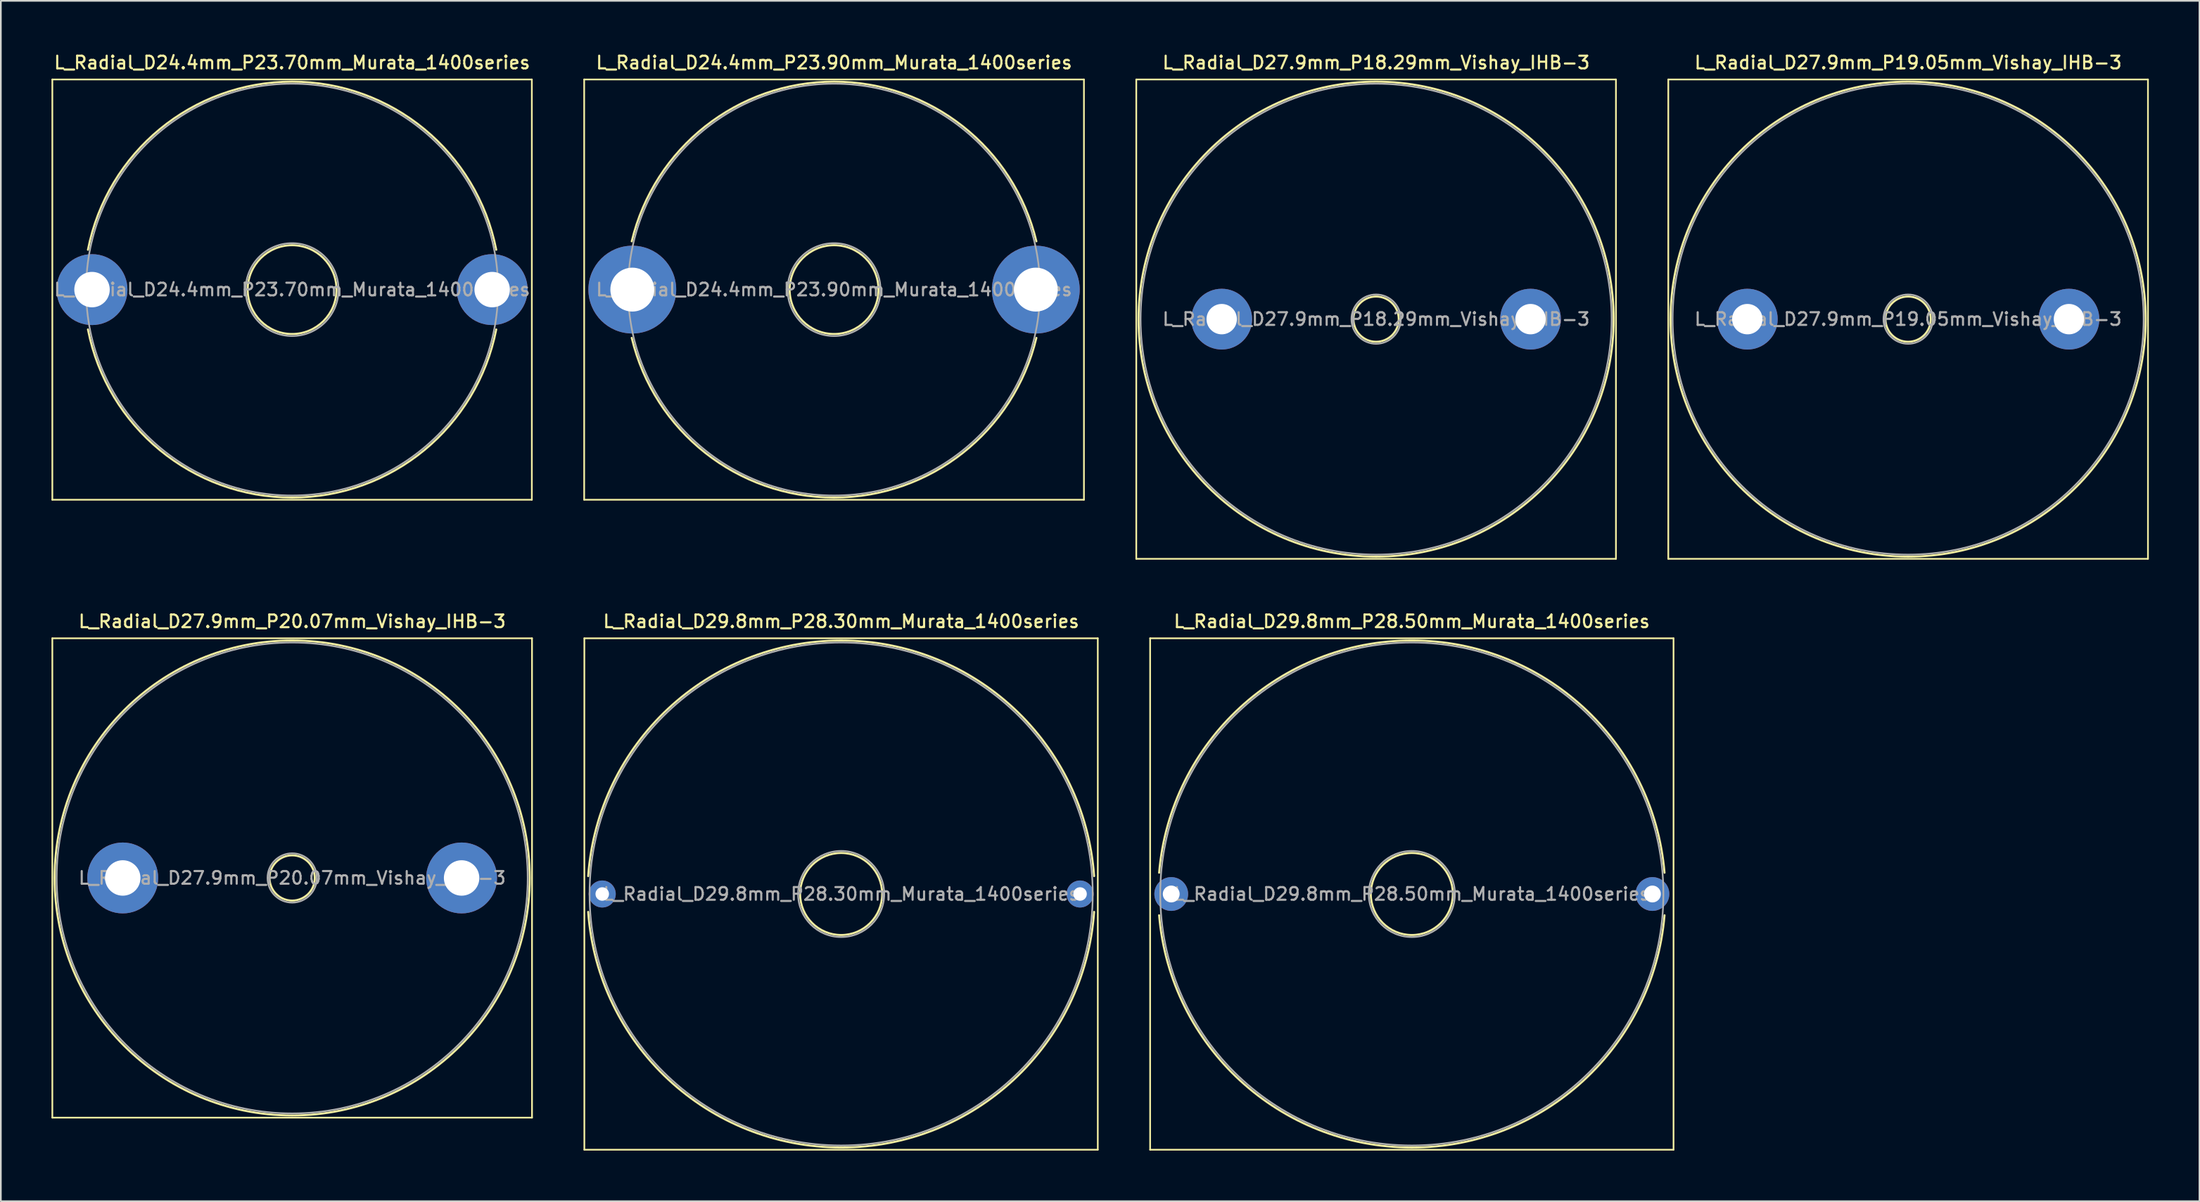
<source format=kicad_pcb>
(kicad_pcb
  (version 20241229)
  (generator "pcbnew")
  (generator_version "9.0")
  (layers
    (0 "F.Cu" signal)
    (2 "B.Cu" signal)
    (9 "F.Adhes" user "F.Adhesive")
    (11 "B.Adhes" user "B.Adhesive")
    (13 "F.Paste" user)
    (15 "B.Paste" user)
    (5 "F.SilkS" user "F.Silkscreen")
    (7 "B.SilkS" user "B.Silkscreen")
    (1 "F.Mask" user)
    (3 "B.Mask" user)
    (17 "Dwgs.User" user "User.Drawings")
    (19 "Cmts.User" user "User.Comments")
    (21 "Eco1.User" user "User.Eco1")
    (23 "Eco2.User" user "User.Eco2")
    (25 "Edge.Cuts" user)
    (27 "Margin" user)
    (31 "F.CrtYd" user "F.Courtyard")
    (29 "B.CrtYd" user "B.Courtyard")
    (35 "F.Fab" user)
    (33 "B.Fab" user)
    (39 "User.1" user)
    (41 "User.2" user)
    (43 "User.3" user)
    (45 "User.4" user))
  (footprint "L_Radial_D24.4mm_P23.70mm_Murata_1400series"
    (layer "F.Cu")
    (at 2.4 14.108)
    (property "Reference" "L_Radial_D24.4mm_P23.70mm_Murata_1400series" (at 11.85 -13.45 0) (layer "F.SilkS") (effects (font (size 0.75 0.75) (thickness 0.125))))
    (attr through_hole)
    (fp_line (start -2.35 -12.45) (end -2.35 12.45) (stroke (width 0.1) (type solid)) (layer "F.SilkS"))
    (fp_line (start -2.35 12.45) (end 26.05 12.45) (stroke (width 0.1) (type solid)) (layer "F.SilkS"))
    (fp_line (start 26.05 -12.45) (end -2.35 -12.45) (stroke (width 0.1) (type solid)) (layer "F.SilkS"))
    (fp_line (start 26.05 12.45) (end 26.05 -12.45) (stroke (width 0.1) (type solid)) (layer "F.SilkS"))
    (fp_arc (start -0.241848 -2.36) (mid 11.85 -12.32) (end 23.941848 -2.36) (stroke (width 0.12) (type solid)) (layer "F.SilkS"))
    (fp_arc (start 23.941848 2.36) (mid 11.85 12.32) (end -0.241848 2.36) (stroke (width 0.12) (type solid)) (layer "F.SilkS"))
    (fp_circle (center 11.85 0) (end 14.48 0) (stroke (width 0.12) (type solid)) (fill no) (layer "F.SilkS"))
    (fp_circle (center 11.85 0) (end 14.6 0) (stroke (width 0.1) (type solid)) (fill no) (layer "F.Fab"))
    (fp_circle (center 11.85 0) (end 24.05 0) (stroke (width 0.1) (type solid)) (fill no) (layer "F.Fab"))
    (fp_text user "${REFERENCE}" (at 11.85 0 0) (layer "F.Fab") (effects (font (size 0.75 0.75) (thickness 0.125))))
    (pad "1" thru_hole circle (at 0 0) (size 4.2 4.2) (drill 2.1) (layers "*.Cu" "*.Mask"))
    (pad "2" thru_hole circle (at 23.7 0) (size 4.2 4.2) (drill 2.1) (layers "*.Cu" "*.Mask")))
  (footprint "L_Radial_D29.8mm_P28.30mm_Murata_1400series"
    (layer "F.Cu")
    (at 32.62 49.916)
    (property "Reference" "L_Radial_D29.8mm_P28.30mm_Murata_1400series" (at 14.15 -16.15 0) (layer "F.SilkS") (effects (font (size 0.75 0.75) (thickness 0.125))))
    (attr through_hole)
    (fp_line (start -1.06 -15.15) (end -1.06 15.15) (stroke (width 0.1) (type solid)) (layer "F.SilkS"))
    (fp_line (start -1.06 15.15) (end 29.35 15.15) (stroke (width 0.1) (type solid)) (layer "F.SilkS"))
    (fp_line (start 29.35 -15.15) (end -1.06 -15.15) (stroke (width 0.1) (type solid)) (layer "F.SilkS"))
    (fp_line (start 29.35 15.15) (end 29.35 -15.15) (stroke (width 0.1) (type solid)) (layer "F.SilkS"))
    (fp_arc (start -0.83255 -1.06) (mid 14.15 -15.02) (end 29.13255 -1.06) (stroke (width 0.12) (type solid)) (layer "F.SilkS"))
    (fp_arc (start 29.13255 1.06) (mid 14.15 15.02) (end -0.83255 1.06) (stroke (width 0.12) (type solid)) (layer "F.SilkS"))
    (fp_circle (center 14.15 0) (end 16.58 0) (stroke (width 0.12) (type solid)) (fill no) (layer "F.SilkS"))
    (fp_circle (center 14.15 0) (end 16.7 0) (stroke (width 0.1) (type solid)) (fill no) (layer "F.Fab"))
    (fp_circle (center 14.15 0) (end 29.05 0) (stroke (width 0.1) (type solid)) (fill no) (layer "F.Fab"))
    (fp_text user "${REFERENCE}" (at 14.15 0 0) (layer "F.Fab") (effects (font (size 0.75 0.75) (thickness 0.125))))
    (pad "1" thru_hole circle (at 0 0) (size 1.6 1.6) (drill 0.8) (layers "*.Cu" "*.Mask"))
    (pad "2" thru_hole circle (at 28.3 0) (size 1.6 1.6) (drill 0.8) (layers "*.Cu" "*.Mask")))
  (footprint "L_Radial_D27.9mm_P18.29mm_Vishay_IHB-3"
    (layer "F.Cu")
    (at 69.31 15.858)
    (property "Reference" "L_Radial_D27.9mm_P18.29mm_Vishay_IHB-3" (at 9.145 -15.2 0) (layer "F.SilkS") (effects (font (size 0.75 0.75) (thickness 0.125))))
    (attr through_hole)
    (fp_line (start -5.06 -14.2) (end -5.06 14.2) (stroke (width 0.1) (type solid)) (layer "F.SilkS"))
    (fp_line (start -5.06 14.2) (end 23.35 14.2) (stroke (width 0.1) (type solid)) (layer "F.SilkS"))
    (fp_line (start 23.35 -14.2) (end -5.06 -14.2) (stroke (width 0.1) (type solid)) (layer "F.SilkS"))
    (fp_line (start 23.35 14.2) (end 23.35 -14.2) (stroke (width 0.1) (type solid)) (layer "F.SilkS"))
    (fp_circle (center 9.145 0) (end 10.485 0) (stroke (width 0.12) (type solid)) (fill no) (layer "F.SilkS"))
    (fp_circle (center 9.145 0) (end 23.215 0) (stroke (width 0.12) (type solid)) (fill no) (layer "F.SilkS"))
    (fp_circle (center 9.145 0) (end 10.605 0) (stroke (width 0.1) (type solid)) (fill no) (layer "F.Fab"))
    (fp_circle (center 9.145 0) (end 23.095 0) (stroke (width 0.1) (type solid)) (fill no) (layer "F.Fab"))
    (fp_text user "${REFERENCE}" (at 9.145 0 0) (layer "F.Fab") (effects (font (size 0.75 0.75) (thickness 0.125))))
    (pad "1" thru_hole circle (at 0 0) (size 3.6 3.6) (drill 1.8) (layers "*.Cu" "*.Mask"))
    (pad "2" thru_hole circle (at 18.29 0) (size 3.6 3.6) (drill 1.8) (layers "*.Cu" "*.Mask")))
  (footprint "L_Radial_D27.9mm_P20.07mm_Vishay_IHB-3"
    (layer "F.Cu")
    (at 4.22 48.966)
    (property "Reference" "L_Radial_D27.9mm_P20.07mm_Vishay_IHB-3" (at 10.035 -15.2 0) (layer "F.SilkS") (effects (font (size 0.75 0.75) (thickness 0.125))))
    (attr through_hole)
    (fp_line (start -4.17 -14.2) (end -4.17 14.2) (stroke (width 0.1) (type solid)) (layer "F.SilkS"))
    (fp_line (start -4.17 14.2) (end 24.24 14.2) (stroke (width 0.1) (type solid)) (layer "F.SilkS"))
    (fp_line (start 24.24 -14.2) (end -4.17 -14.2) (stroke (width 0.1) (type solid)) (layer "F.SilkS"))
    (fp_line (start 24.24 14.2) (end 24.24 -14.2) (stroke (width 0.1) (type solid)) (layer "F.SilkS"))
    (fp_circle (center 10.035 0) (end 11.375 0) (stroke (width 0.12) (type solid)) (fill no) (layer "F.SilkS"))
    (fp_circle (center 10.035 0) (end 24.105 0) (stroke (width 0.12) (type solid)) (fill no) (layer "F.SilkS"))
    (fp_circle (center 10.035 0) (end 11.495 0) (stroke (width 0.1) (type solid)) (fill no) (layer "F.Fab"))
    (fp_circle (center 10.035 0) (end 23.985 0) (stroke (width 0.1) (type solid)) (fill no) (layer "F.Fab"))
    (fp_text user "${REFERENCE}" (at 10.035 0 0) (layer "F.Fab") (effects (font (size 0.75 0.75) (thickness 0.125))))
    (pad "1" thru_hole circle (at 0 0) (size 4.2 4.2) (drill 2.1) (layers "*.Cu" "*.Mask"))
    (pad "2" thru_hole circle (at 20.07 0) (size 4.2 4.2) (drill 2.1) (layers "*.Cu" "*.Mask")))
  (footprint "L_Radial_D29.8mm_P28.50mm_Murata_1400series"
    (layer "F.Cu")
    (at 66.32 49.916)
    (property "Reference" "L_Radial_D29.8mm_P28.50mm_Murata_1400series" (at 14.25 -16.15 0) (layer "F.SilkS") (effects (font (size 0.75 0.75) (thickness 0.125))))
    (attr through_hole)
    (fp_line (start -1.25 -15.15) (end -1.25 15.15) (stroke (width 0.1) (type solid)) (layer "F.SilkS"))
    (fp_line (start -1.25 15.15) (end 29.75 15.15) (stroke (width 0.1) (type solid)) (layer "F.SilkS"))
    (fp_line (start 29.75 -15.15) (end -1.25 -15.15) (stroke (width 0.1) (type solid)) (layer "F.SilkS"))
    (fp_line (start 29.75 15.15) (end 29.75 -15.15) (stroke (width 0.1) (type solid)) (layer "F.SilkS"))
    (fp_arc (start -0.717057 -1.26) (mid 14.25 -15.02) (end 29.217057 -1.26) (stroke (width 0.12) (type solid)) (layer "F.SilkS"))
    (fp_arc (start 29.217057 1.26) (mid 14.25 15.02) (end -0.717057 1.26) (stroke (width 0.12) (type solid)) (layer "F.SilkS"))
    (fp_circle (center 14.25 0) (end 16.68 0) (stroke (width 0.12) (type solid)) (fill no) (layer "F.SilkS"))
    (fp_circle (center 14.25 0) (end 16.8 0) (stroke (width 0.1) (type solid)) (fill no) (layer "F.Fab"))
    (fp_circle (center 14.25 0) (end 29.15 0) (stroke (width 0.1) (type solid)) (fill no) (layer "F.Fab"))
    (fp_text user "${REFERENCE}" (at 14.25 0 0) (layer "F.Fab") (effects (font (size 0.75 0.75) (thickness 0.125))))
    (pad "1" thru_hole circle (at 0 0) (size 2 2) (drill 1) (layers "*.Cu" "*.Mask"))
    (pad "2" thru_hole circle (at 28.5 0) (size 2 2) (drill 1) (layers "*.Cu" "*.Mask")))
  (footprint "L_Radial_D24.4mm_P23.90mm_Murata_1400series"
    (layer "F.Cu")
    (at 34.4 14.108)
    (property "Reference" "L_Radial_D24.4mm_P23.90mm_Murata_1400series" (at 11.95 -13.45 0) (layer "F.SilkS") (effects (font (size 0.75 0.75) (thickness 0.125))))
    (attr through_hole)
    (fp_line (start -2.85 -12.45) (end -2.85 12.45) (stroke (width 0.1) (type solid)) (layer "F.SilkS"))
    (fp_line (start -2.85 12.45) (end 26.75 12.45) (stroke (width 0.1) (type solid)) (layer "F.SilkS"))
    (fp_line (start 26.75 -12.45) (end -2.85 -12.45) (stroke (width 0.1) (type solid)) (layer "F.SilkS"))
    (fp_line (start 26.75 12.45) (end 26.75 -12.45) (stroke (width 0.1) (type solid)) (layer "F.SilkS"))
    (fp_arc (start -0.033439 -2.86) (mid 11.95 -12.32) (end 23.933439 -2.86) (stroke (width 0.12) (type solid)) (layer "F.SilkS"))
    (fp_arc (start 23.933439 2.86) (mid 11.95 12.32) (end -0.033439 2.86) (stroke (width 0.12) (type solid)) (layer "F.SilkS"))
    (fp_circle (center 11.95 0) (end 14.58 0) (stroke (width 0.12) (type solid)) (fill no) (layer "F.SilkS"))
    (fp_circle (center 11.95 0) (end 14.7 0) (stroke (width 0.1) (type solid)) (fill no) (layer "F.Fab"))
    (fp_circle (center 11.95 0) (end 24.15 0) (stroke (width 0.1) (type solid)) (fill no) (layer "F.Fab"))
    (fp_text user "${REFERENCE}" (at 11.95 0 0) (layer "F.Fab") (effects (font (size 0.75 0.75) (thickness 0.125))))
    (pad "1" thru_hole circle (at 0 0) (size 5.2 5.2) (drill 2.6) (layers "*.Cu" "*.Mask"))
    (pad "2" thru_hole circle (at 23.9 0) (size 5.2 5.2) (drill 2.6) (layers "*.Cu" "*.Mask")))
  (footprint "L_Radial_D27.9mm_P19.05mm_Vishay_IHB-3"
    (layer "F.Cu")
    (at 100.44 15.858)
    (property "Reference" "L_Radial_D27.9mm_P19.05mm_Vishay_IHB-3" (at 9.525 -15.2 0) (layer "F.SilkS") (effects (font (size 0.75 0.75) (thickness 0.125))))
    (attr through_hole)
    (fp_line (start -4.68 -14.2) (end -4.68 14.2) (stroke (width 0.1) (type solid)) (layer "F.SilkS"))
    (fp_line (start -4.68 14.2) (end 23.73 14.2) (stroke (width 0.1) (type solid)) (layer "F.SilkS"))
    (fp_line (start 23.73 -14.2) (end -4.68 -14.2) (stroke (width 0.1) (type solid)) (layer "F.SilkS"))
    (fp_line (start 23.73 14.2) (end 23.73 -14.2) (stroke (width 0.1) (type solid)) (layer "F.SilkS"))
    (fp_circle (center 9.525 0) (end 10.865 0) (stroke (width 0.12) (type solid)) (fill no) (layer "F.SilkS"))
    (fp_circle (center 9.525 0) (end 23.595 0) (stroke (width 0.12) (type solid)) (fill no) (layer "F.SilkS"))
    (fp_circle (center 9.525 0) (end 10.985 0) (stroke (width 0.1) (type solid)) (fill no) (layer "F.Fab"))
    (fp_circle (center 9.525 0) (end 23.475 0) (stroke (width 0.1) (type solid)) (fill no) (layer "F.Fab"))
    (fp_text user "${REFERENCE}" (at 9.525 0 0) (layer "F.Fab") (effects (font (size 0.75 0.75) (thickness 0.125))))
    (pad "1" thru_hole circle (at 0 0) (size 3.6 3.6) (drill 1.8) (layers "*.Cu" "*.Mask"))
    (pad "2" thru_hole circle (at 19.05 0) (size 3.6 3.6) (drill 1.8) (layers "*.Cu" "*.Mask")))
  (gr_rect
    (start -3 -3)
    (end 127.22 68.116)
    (stroke (width 0.1) (type default))
    (fill no)
    (layer "Edge.Cuts")))
</source>
